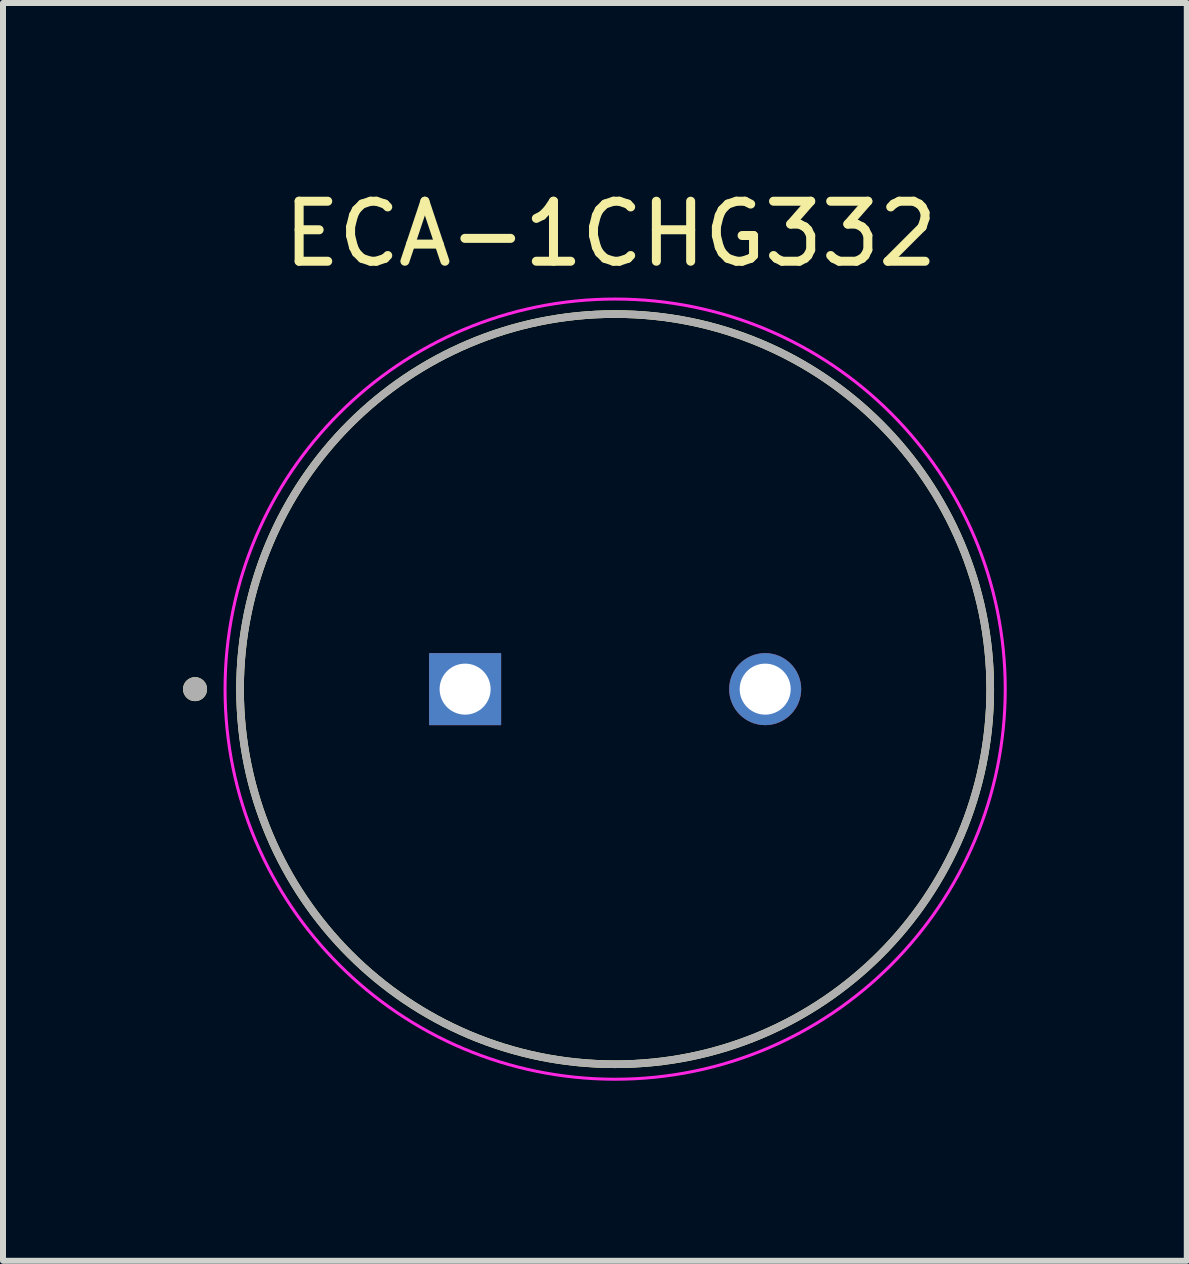
<source format=kicad_pcb>
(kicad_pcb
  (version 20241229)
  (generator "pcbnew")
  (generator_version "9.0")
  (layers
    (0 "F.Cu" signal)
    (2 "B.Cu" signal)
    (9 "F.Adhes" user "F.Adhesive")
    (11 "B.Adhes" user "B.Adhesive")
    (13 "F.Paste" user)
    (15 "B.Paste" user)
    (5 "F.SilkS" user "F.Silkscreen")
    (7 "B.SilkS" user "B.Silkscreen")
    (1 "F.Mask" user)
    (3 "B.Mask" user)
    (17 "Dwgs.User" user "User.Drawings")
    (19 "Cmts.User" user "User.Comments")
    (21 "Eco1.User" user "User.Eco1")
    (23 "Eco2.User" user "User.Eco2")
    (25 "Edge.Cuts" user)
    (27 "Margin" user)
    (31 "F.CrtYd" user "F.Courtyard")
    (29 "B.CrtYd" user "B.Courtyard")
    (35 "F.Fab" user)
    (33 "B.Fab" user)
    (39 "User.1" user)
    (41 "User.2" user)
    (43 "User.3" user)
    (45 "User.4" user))
  (footprint "ECA-1CHG332"
    (layer "F.Cu")
    (at 7.2 8.433)
    (property "Reference" "ECA-1CHG332" (at -0.075 -7.585 0) (layer "F.SilkS") (effects (font (size 1 1) (thickness 0.15))))
    (attr through_hole)
    (fp_circle (center -7 0) (end -6.9 0) (stroke (width 0.2) (type solid)) (fill no) (layer "F.SilkS"))
    (fp_circle (center 0 0) (end 6.25 0) (stroke (width 0.127) (type solid)) (fill no) (layer "F.SilkS"))
    (fp_circle (center 0 0) (end 6.5 0) (stroke (width 0.05) (type solid)) (fill no) (layer "F.CrtYd"))
    (fp_circle (center -7 0) (end -6.9 0) (stroke (width 0.2) (type solid)) (fill no) (layer "F.Fab"))
    (fp_circle (center 0 0) (end 6.25 0) (stroke (width 0.127) (type solid)) (fill no) (layer "F.Fab"))
    (pad "N" thru_hole circle (at 2.5 0) (size 1.2 1.2) (drill 0.85) (layers "*.Cu" "*.Mask"))
    (pad "P" thru_hole rect (at -2.5 0) (size 1.2 1.2) (drill 0.85) (layers "*.Cu" "*.Mask")))
  (gr_rect
    (start -3 -3)
    (end 16.725 17.958)
    (stroke (width 0.1) (type default))
    (fill no)
    (layer "Edge.Cuts")))
</source>
